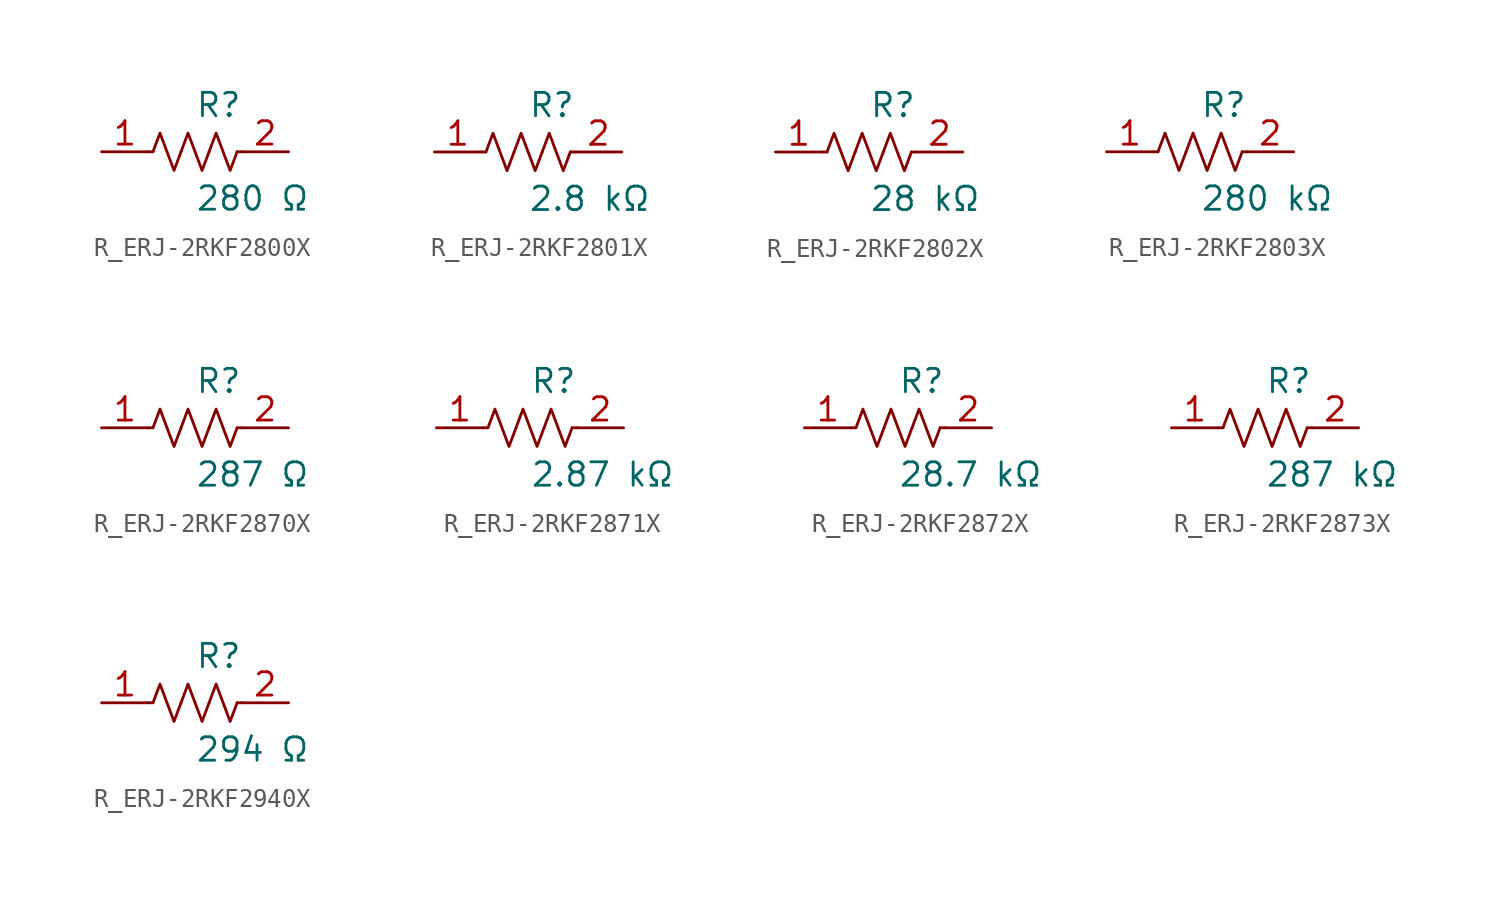
<source format=kicad_sym>
(kicad_symbol_lib
  (version 20231120)
  (generator kicad_symbol_editor)
  (generator_version 8.0)
  (symbol "R_ERJ-2RKF2800X"
    (pin_names
      (offset 0.254))
    (property "Reference" "R"
      (at 0 2.54 0)
      (effects (font (size 1.27 1.27)) (justify left)))
    (property "Value" "280 Ω"
      (at 0 -2.54 0)
      (effects (font (size 1.27 1.27)) (justify left)))
    (symbol "R_ERJ-2RKF2800X_0_1"
      (polyline (pts (xy 2.286 0) (xy 2.54 0)) (stroke (width 0) (type default)) (fill (type none)))
      (polyline (pts (xy -2.286 0) (xy -2.54 0)) (stroke (width 0) (type default)) (fill (type none)))
      (polyline (pts (xy 0.762 0) (xy 1.143 1.016) (xy 1.524 0) (xy 1.905 -1.016) (xy 2.286 0)) (stroke (width 0) (type default)) (fill (type none)))
      (polyline (pts (xy -0.762 0) (xy -0.381 1.016) (xy 0 0) (xy 0.381 -1.016) (xy 0.762 0)) (stroke (width 0) (type default)) (fill (type none)))
      (polyline (pts (xy -2.286 0) (xy -1.905 1.016) (xy -1.524 0) (xy -1.143 -1.016) (xy -0.762 0)) (stroke (width 0) (type default)) (fill (type none))))
    (pin passive line
      (at -5.08 0 0)
      (length 2.54)
      (name "" (effects (font (size 1.27 1.27))))
      (number "1" (effects (font (size 1.27 1.27)))))
    (pin passive line
      (at 5.08 0 180)
      (length 2.54)
      (name "" (effects (font (size 1.27 1.27))))
      (number "2" (effects (font (size 1.27 1.27))))))
  (symbol "R_ERJ-2RKF2801X"
    (pin_names
      (offset 0.254))
    (property "Reference" "R"
      (at 0 2.54 0)
      (effects (font (size 1.27 1.27)) (justify left)))
    (property "Value" "2.8 kΩ"
      (at 0 -2.54 0)
      (effects (font (size 1.27 1.27)) (justify left)))
    (symbol "R_ERJ-2RKF2801X_0_1"
      (polyline (pts (xy 2.286 0) (xy 2.54 0)) (stroke (width 0) (type default)) (fill (type none)))
      (polyline (pts (xy -2.286 0) (xy -2.54 0)) (stroke (width 0) (type default)) (fill (type none)))
      (polyline (pts (xy 0.762 0) (xy 1.143 1.016) (xy 1.524 0) (xy 1.905 -1.016) (xy 2.286 0)) (stroke (width 0) (type default)) (fill (type none)))
      (polyline (pts (xy -0.762 0) (xy -0.381 1.016) (xy 0 0) (xy 0.381 -1.016) (xy 0.762 0)) (stroke (width 0) (type default)) (fill (type none)))
      (polyline (pts (xy -2.286 0) (xy -1.905 1.016) (xy -1.524 0) (xy -1.143 -1.016) (xy -0.762 0)) (stroke (width 0) (type default)) (fill (type none))))
    (pin passive line
      (at -5.08 0 0)
      (length 2.54)
      (name "" (effects (font (size 1.27 1.27))))
      (number "1" (effects (font (size 1.27 1.27)))))
    (pin passive line
      (at 5.08 0 180)
      (length 2.54)
      (name "" (effects (font (size 1.27 1.27))))
      (number "2" (effects (font (size 1.27 1.27))))))
  (symbol "R_ERJ-2RKF2802X"
    (pin_names
      (offset 0.254))
    (property "Reference" "R"
      (at 0 2.54 0)
      (effects (font (size 1.27 1.27)) (justify left)))
    (property "Value" "28 kΩ"
      (at 0 -2.54 0)
      (effects (font (size 1.27 1.27)) (justify left)))
    (symbol "R_ERJ-2RKF2802X_0_1"
      (polyline (pts (xy 2.286 0) (xy 2.54 0)) (stroke (width 0) (type default)) (fill (type none)))
      (polyline (pts (xy -2.286 0) (xy -2.54 0)) (stroke (width 0) (type default)) (fill (type none)))
      (polyline (pts (xy 0.762 0) (xy 1.143 1.016) (xy 1.524 0) (xy 1.905 -1.016) (xy 2.286 0)) (stroke (width 0) (type default)) (fill (type none)))
      (polyline (pts (xy -0.762 0) (xy -0.381 1.016) (xy 0 0) (xy 0.381 -1.016) (xy 0.762 0)) (stroke (width 0) (type default)) (fill (type none)))
      (polyline (pts (xy -2.286 0) (xy -1.905 1.016) (xy -1.524 0) (xy -1.143 -1.016) (xy -0.762 0)) (stroke (width 0) (type default)) (fill (type none))))
    (pin passive line
      (at -5.08 0 0)
      (length 2.54)
      (name "" (effects (font (size 1.27 1.27))))
      (number "1" (effects (font (size 1.27 1.27)))))
    (pin passive line
      (at 5.08 0 180)
      (length 2.54)
      (name "" (effects (font (size 1.27 1.27))))
      (number "2" (effects (font (size 1.27 1.27))))))
  (symbol "R_ERJ-2RKF2803X"
    (pin_names
      (offset 0.254))
    (property "Reference" "R"
      (at 0 2.54 0)
      (effects (font (size 1.27 1.27)) (justify left)))
    (property "Value" "280 kΩ"
      (at 0 -2.54 0)
      (effects (font (size 1.27 1.27)) (justify left)))
    (symbol "R_ERJ-2RKF2803X_0_1"
      (polyline (pts (xy 2.286 0) (xy 2.54 0)) (stroke (width 0) (type default)) (fill (type none)))
      (polyline (pts (xy -2.286 0) (xy -2.54 0)) (stroke (width 0) (type default)) (fill (type none)))
      (polyline (pts (xy 0.762 0) (xy 1.143 1.016) (xy 1.524 0) (xy 1.905 -1.016) (xy 2.286 0)) (stroke (width 0) (type default)) (fill (type none)))
      (polyline (pts (xy -0.762 0) (xy -0.381 1.016) (xy 0 0) (xy 0.381 -1.016) (xy 0.762 0)) (stroke (width 0) (type default)) (fill (type none)))
      (polyline (pts (xy -2.286 0) (xy -1.905 1.016) (xy -1.524 0) (xy -1.143 -1.016) (xy -0.762 0)) (stroke (width 0) (type default)) (fill (type none))))
    (pin passive line
      (at -5.08 0 0)
      (length 2.54)
      (name "" (effects (font (size 1.27 1.27))))
      (number "1" (effects (font (size 1.27 1.27)))))
    (pin passive line
      (at 5.08 0 180)
      (length 2.54)
      (name "" (effects (font (size 1.27 1.27))))
      (number "2" (effects (font (size 1.27 1.27))))))
  (symbol "R_ERJ-2RKF2870X"
    (pin_names
      (offset 0.254))
    (property "Reference" "R"
      (at 0 2.54 0)
      (effects (font (size 1.27 1.27)) (justify left)))
    (property "Value" "287 Ω"
      (at 0 -2.54 0)
      (effects (font (size 1.27 1.27)) (justify left)))
    (symbol "R_ERJ-2RKF2870X_0_1"
      (polyline (pts (xy 2.286 0) (xy 2.54 0)) (stroke (width 0) (type default)) (fill (type none)))
      (polyline (pts (xy -2.286 0) (xy -2.54 0)) (stroke (width 0) (type default)) (fill (type none)))
      (polyline (pts (xy 0.762 0) (xy 1.143 1.016) (xy 1.524 0) (xy 1.905 -1.016) (xy 2.286 0)) (stroke (width 0) (type default)) (fill (type none)))
      (polyline (pts (xy -0.762 0) (xy -0.381 1.016) (xy 0 0) (xy 0.381 -1.016) (xy 0.762 0)) (stroke (width 0) (type default)) (fill (type none)))
      (polyline (pts (xy -2.286 0) (xy -1.905 1.016) (xy -1.524 0) (xy -1.143 -1.016) (xy -0.762 0)) (stroke (width 0) (type default)) (fill (type none))))
    (pin passive line
      (at -5.08 0 0)
      (length 2.54)
      (name "" (effects (font (size 1.27 1.27))))
      (number "1" (effects (font (size 1.27 1.27)))))
    (pin passive line
      (at 5.08 0 180)
      (length 2.54)
      (name "" (effects (font (size 1.27 1.27))))
      (number "2" (effects (font (size 1.27 1.27))))))
  (symbol "R_ERJ-2RKF2871X"
    (pin_names
      (offset 0.254))
    (property "Reference" "R"
      (at 0 2.54 0)
      (effects (font (size 1.27 1.27)) (justify left)))
    (property "Value" "2.87 kΩ"
      (at 0 -2.54 0)
      (effects (font (size 1.27 1.27)) (justify left)))
    (symbol "R_ERJ-2RKF2871X_0_1"
      (polyline (pts (xy 2.286 0) (xy 2.54 0)) (stroke (width 0) (type default)) (fill (type none)))
      (polyline (pts (xy -2.286 0) (xy -2.54 0)) (stroke (width 0) (type default)) (fill (type none)))
      (polyline (pts (xy 0.762 0) (xy 1.143 1.016) (xy 1.524 0) (xy 1.905 -1.016) (xy 2.286 0)) (stroke (width 0) (type default)) (fill (type none)))
      (polyline (pts (xy -0.762 0) (xy -0.381 1.016) (xy 0 0) (xy 0.381 -1.016) (xy 0.762 0)) (stroke (width 0) (type default)) (fill (type none)))
      (polyline (pts (xy -2.286 0) (xy -1.905 1.016) (xy -1.524 0) (xy -1.143 -1.016) (xy -0.762 0)) (stroke (width 0) (type default)) (fill (type none))))
    (pin passive line
      (at -5.08 0 0)
      (length 2.54)
      (name "" (effects (font (size 1.27 1.27))))
      (number "1" (effects (font (size 1.27 1.27)))))
    (pin passive line
      (at 5.08 0 180)
      (length 2.54)
      (name "" (effects (font (size 1.27 1.27))))
      (number "2" (effects (font (size 1.27 1.27))))))
  (symbol "R_ERJ-2RKF2872X"
    (pin_names
      (offset 0.254))
    (property "Reference" "R"
      (at 0 2.54 0)
      (effects (font (size 1.27 1.27)) (justify left)))
    (property "Value" "28.7 kΩ"
      (at 0 -2.54 0)
      (effects (font (size 1.27 1.27)) (justify left)))
    (symbol "R_ERJ-2RKF2872X_0_1"
      (polyline (pts (xy 2.286 0) (xy 2.54 0)) (stroke (width 0) (type default)) (fill (type none)))
      (polyline (pts (xy -2.286 0) (xy -2.54 0)) (stroke (width 0) (type default)) (fill (type none)))
      (polyline (pts (xy 0.762 0) (xy 1.143 1.016) (xy 1.524 0) (xy 1.905 -1.016) (xy 2.286 0)) (stroke (width 0) (type default)) (fill (type none)))
      (polyline (pts (xy -0.762 0) (xy -0.381 1.016) (xy 0 0) (xy 0.381 -1.016) (xy 0.762 0)) (stroke (width 0) (type default)) (fill (type none)))
      (polyline (pts (xy -2.286 0) (xy -1.905 1.016) (xy -1.524 0) (xy -1.143 -1.016) (xy -0.762 0)) (stroke (width 0) (type default)) (fill (type none))))
    (pin passive line
      (at -5.08 0 0)
      (length 2.54)
      (name "" (effects (font (size 1.27 1.27))))
      (number "1" (effects (font (size 1.27 1.27)))))
    (pin passive line
      (at 5.08 0 180)
      (length 2.54)
      (name "" (effects (font (size 1.27 1.27))))
      (number "2" (effects (font (size 1.27 1.27))))))
  (symbol "R_ERJ-2RKF2873X"
    (pin_names
      (offset 0.254))
    (property "Reference" "R"
      (at 0 2.54 0)
      (effects (font (size 1.27 1.27)) (justify left)))
    (property "Value" "287 kΩ"
      (at 0 -2.54 0)
      (effects (font (size 1.27 1.27)) (justify left)))
    (symbol "R_ERJ-2RKF2873X_0_1"
      (polyline (pts (xy 2.286 0) (xy 2.54 0)) (stroke (width 0) (type default)) (fill (type none)))
      (polyline (pts (xy -2.286 0) (xy -2.54 0)) (stroke (width 0) (type default)) (fill (type none)))
      (polyline (pts (xy 0.762 0) (xy 1.143 1.016) (xy 1.524 0) (xy 1.905 -1.016) (xy 2.286 0)) (stroke (width 0) (type default)) (fill (type none)))
      (polyline (pts (xy -0.762 0) (xy -0.381 1.016) (xy 0 0) (xy 0.381 -1.016) (xy 0.762 0)) (stroke (width 0) (type default)) (fill (type none)))
      (polyline (pts (xy -2.286 0) (xy -1.905 1.016) (xy -1.524 0) (xy -1.143 -1.016) (xy -0.762 0)) (stroke (width 0) (type default)) (fill (type none))))
    (pin passive line
      (at -5.08 0 0)
      (length 2.54)
      (name "" (effects (font (size 1.27 1.27))))
      (number "1" (effects (font (size 1.27 1.27)))))
    (pin passive line
      (at 5.08 0 180)
      (length 2.54)
      (name "" (effects (font (size 1.27 1.27))))
      (number "2" (effects (font (size 1.27 1.27))))))
  (symbol "R_ERJ-2RKF2940X"
    (pin_names
      (offset 0.254))
    (property "Reference" "R"
      (at 0 2.54 0)
      (effects (font (size 1.27 1.27)) (justify left)))
    (property "Value" "294 Ω"
      (at 0 -2.54 0)
      (effects (font (size 1.27 1.27)) (justify left)))
    (symbol "R_ERJ-2RKF2940X_0_1"
      (polyline (pts (xy 2.286 0) (xy 2.54 0)) (stroke (width 0) (type default)) (fill (type none)))
      (polyline (pts (xy -2.286 0) (xy -2.54 0)) (stroke (width 0) (type default)) (fill (type none)))
      (polyline (pts (xy 0.762 0) (xy 1.143 1.016) (xy 1.524 0) (xy 1.905 -1.016) (xy 2.286 0)) (stroke (width 0) (type default)) (fill (type none)))
      (polyline (pts (xy -0.762 0) (xy -0.381 1.016) (xy 0 0) (xy 0.381 -1.016) (xy 0.762 0)) (stroke (width 0) (type default)) (fill (type none)))
      (polyline (pts (xy -2.286 0) (xy -1.905 1.016) (xy -1.524 0) (xy -1.143 -1.016) (xy -0.762 0)) (stroke (width 0) (type default)) (fill (type none))))
    (pin passive line
      (at -5.08 0 0)
      (length 2.54)
      (name "" (effects (font (size 1.27 1.27))))
      (number "1" (effects (font (size 1.27 1.27)))))
    (pin passive line
      (at 5.08 0 180)
      (length 2.54)
      (name "" (effects (font (size 1.27 1.27))))
      (number "2" (effects (font (size 1.27 1.27)))))))
</source>
